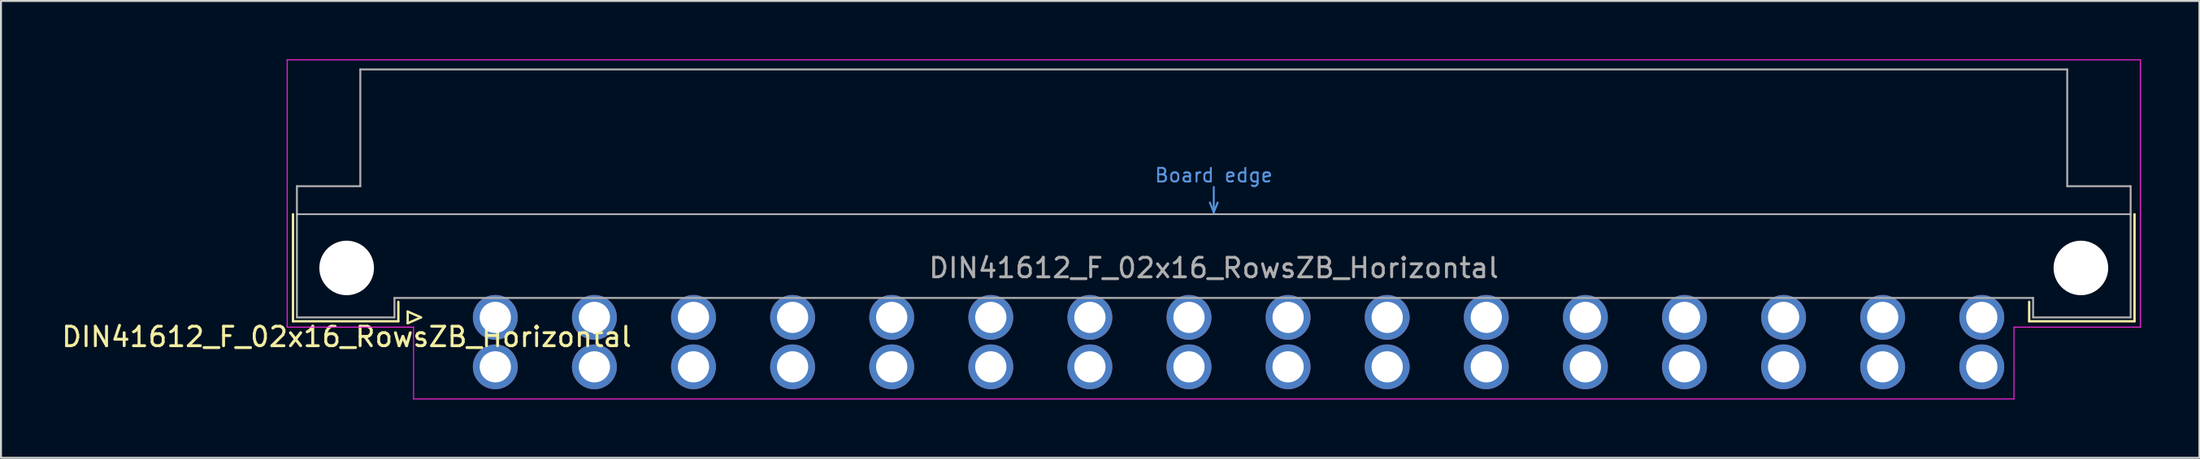
<source format=kicad_pcb>
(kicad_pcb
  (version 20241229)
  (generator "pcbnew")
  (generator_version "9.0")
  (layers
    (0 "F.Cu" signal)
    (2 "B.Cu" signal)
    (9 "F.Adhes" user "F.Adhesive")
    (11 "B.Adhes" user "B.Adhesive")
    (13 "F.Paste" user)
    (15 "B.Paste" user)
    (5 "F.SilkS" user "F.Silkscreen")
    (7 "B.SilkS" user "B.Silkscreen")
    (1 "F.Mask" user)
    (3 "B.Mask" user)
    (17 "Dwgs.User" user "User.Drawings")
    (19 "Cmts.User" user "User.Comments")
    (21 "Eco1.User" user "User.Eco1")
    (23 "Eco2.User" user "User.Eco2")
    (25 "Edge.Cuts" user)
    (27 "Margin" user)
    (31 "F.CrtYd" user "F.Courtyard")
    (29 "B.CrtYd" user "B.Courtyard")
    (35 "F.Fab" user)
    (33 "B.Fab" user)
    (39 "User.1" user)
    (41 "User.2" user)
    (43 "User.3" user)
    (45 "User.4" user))
  (footprint "DIN41612_F_02x16_RowsZB_Horizontal"
    (layer "F.Cu")
    (at 19.8 13.255)
    (property "Reference" "DIN41612_F_02x16_RowsZB_Horizontal" (at -5.08 1 0) (layer "F.SilkS") (effects (font (size 1 1) (thickness 0.15))))
    (attr through_hole)
    (fp_line (start -7.83 -5.3) (end -7.83 0.2) (stroke (width 0.12) (type solid)) (layer "F.SilkS"))
    (fp_line (start -7.83 0.2) (end -2.43 0.2) (stroke (width 0.12) (type solid)) (layer "F.SilkS"))
    (fp_line (start -2.43 0.2) (end -2.43 -0.8) (stroke (width 0.12) (type solid)) (layer "F.SilkS"))
    (fp_line (start -1.95 -0.3) (end -1.95 0.3) (stroke (width 0.12) (type solid)) (layer "F.SilkS"))
    (fp_line (start -1.95 0.3) (end -1.27 0) (stroke (width 0.12) (type solid)) (layer "F.SilkS"))
    (fp_line (start -1.27 0) (end -1.95 -0.3) (stroke (width 0.12) (type solid)) (layer "F.SilkS"))
    (fp_line (start 81.17 0.2) (end 81.17 -0.8) (stroke (width 0.12) (type solid)) (layer "F.SilkS"))
    (fp_line (start 86.57 -5.3) (end 86.57 0.2) (stroke (width 0.12) (type solid)) (layer "F.SilkS"))
    (fp_line (start 86.57 0.2) (end 81.17 0.2) (stroke (width 0.12) (type solid)) (layer "F.SilkS"))
    (fp_line (start -7.63 -5.3) (end 86.37 -5.3) (stroke (width 0.08) (type solid)) (layer "Dwgs.User"))
    (fp_line (start 39.17 -5.9) (end 39.37 -5.4) (stroke (width 0.1) (type solid)) (layer "Cmts.User"))
    (fp_line (start 39.37 -5.4) (end 39.37 -6.7) (stroke (width 0.1) (type solid)) (layer "Cmts.User"))
    (fp_line (start 39.37 -5.4) (end 39.57 -5.9) (stroke (width 0.1) (type solid)) (layer "Cmts.User"))
    (fp_line (start -8.13 -13.23) (end -8.13 0.5) (stroke (width 0.05) (type solid)) (layer "F.CrtYd"))
    (fp_line (start -8.13 0.5) (end -1.65 0.5) (stroke (width 0.05) (type solid)) (layer "F.CrtYd"))
    (fp_line (start -1.65 0.5) (end -1.65 4.19) (stroke (width 0.05) (type solid)) (layer "F.CrtYd"))
    (fp_line (start -1.65 4.19) (end 80.39 4.19) (stroke (width 0.05) (type solid)) (layer "F.CrtYd"))
    (fp_line (start 80.39 0.5) (end 86.87 0.5) (stroke (width 0.05) (type solid)) (layer "F.CrtYd"))
    (fp_line (start 80.39 4.19) (end 80.39 0.5) (stroke (width 0.05) (type solid)) (layer "F.CrtYd"))
    (fp_line (start 86.87 -13.23) (end -8.13 -13.23) (stroke (width 0.05) (type solid)) (layer "F.CrtYd"))
    (fp_line (start 86.87 0.5) (end 86.87 -13.23) (stroke (width 0.05) (type solid)) (layer "F.CrtYd"))
    (fp_line (start -7.63 -6.74) (end -7.63 0) (stroke (width 0.1) (type solid)) (layer "F.Fab"))
    (fp_line (start -7.63 0) (end -2.63 0) (stroke (width 0.1) (type solid)) (layer "F.Fab"))
    (fp_line (start -4.38 -12.74) (end -4.38 -6.74) (stroke (width 0.1) (type solid)) (layer "F.Fab"))
    (fp_line (start -4.38 -6.74) (end -7.63 -6.74) (stroke (width 0.1) (type solid)) (layer "F.Fab"))
    (fp_line (start -2.63 -1) (end 81.37 -1) (stroke (width 0.1) (type solid)) (layer "F.Fab"))
    (fp_line (start -2.63 0) (end -2.63 -1) (stroke (width 0.1) (type solid)) (layer "F.Fab"))
    (fp_line (start 81.37 -1) (end 81.37 0) (stroke (width 0.1) (type solid)) (layer "F.Fab"))
    (fp_line (start 81.37 0) (end 86.37 0) (stroke (width 0.1) (type solid)) (layer "F.Fab"))
    (fp_line (start 83.12 -12.74) (end -4.38 -12.74) (stroke (width 0.1) (type solid)) (layer "F.Fab"))
    (fp_line (start 83.12 -6.74) (end 83.12 -12.74) (stroke (width 0.1) (type solid)) (layer "F.Fab"))
    (fp_line (start 86.37 -6.74) (end 83.12 -6.74) (stroke (width 0.1) (type solid)) (layer "F.Fab"))
    (fp_line (start 86.37 0) (end 86.37 -6.74) (stroke (width 0.1) (type solid)) (layer "F.Fab"))
    (fp_text user "Board edge" (at 39.37 -7.3 0) (layer "Cmts.User") (effects (font (size 0.7 0.7) (thickness 0.1))))
    (fp_text user "${REFERENCE}" (at 39.37 -2.54 0) (layer "F.Fab") (effects (font (size 1 1) (thickness 0.15))))
    (pad "" np_thru_hole circle (at -5.08 -2.54) (size 2.8 2.8) (drill 2.8) (layers "*.Cu" "*.Mask"))
    (pad "" np_thru_hole circle (at 83.82 -2.54) (size 2.8 2.8) (drill 2.8) (layers "*.Cu" "*.Mask"))
    (pad "b2" thru_hole circle (at 2.54 2.54) (size 2.3 2.3) (drill 1.6) (layers "*.Cu" "*.Mask"))
    (pad "b4" thru_hole circle (at 7.62 2.54) (size 2.3 2.3) (drill 1.6) (layers "*.Cu" "*.Mask"))
    (pad "b6" thru_hole circle (at 12.7 2.54) (size 2.3 2.3) (drill 1.6) (layers "*.Cu" "*.Mask"))
    (pad "b8" thru_hole circle (at 17.78 2.54) (size 2.3 2.3) (drill 1.6) (layers "*.Cu" "*.Mask"))
    (pad "b10" thru_hole circle (at 22.86 2.54) (size 2.3 2.3) (drill 1.6) (layers "*.Cu" "*.Mask"))
    (pad "b12" thru_hole circle (at 27.94 2.54) (size 2.3 2.3) (drill 1.6) (layers "*.Cu" "*.Mask"))
    (pad "b14" thru_hole circle (at 33.02 2.54) (size 2.3 2.3) (drill 1.6) (layers "*.Cu" "*.Mask"))
    (pad "b16" thru_hole circle (at 38.1 2.54) (size 2.3 2.3) (drill 1.6) (layers "*.Cu" "*.Mask"))
    (pad "b18" thru_hole circle (at 43.18 2.54) (size 2.3 2.3) (drill 1.6) (layers "*.Cu" "*.Mask"))
    (pad "b20" thru_hole circle (at 48.26 2.54) (size 2.3 2.3) (drill 1.6) (layers "*.Cu" "*.Mask"))
    (pad "b22" thru_hole circle (at 53.34 2.54) (size 2.3 2.3) (drill 1.6) (layers "*.Cu" "*.Mask"))
    (pad "b24" thru_hole circle (at 58.42 2.54) (size 2.3 2.3) (drill 1.6) (layers "*.Cu" "*.Mask"))
    (pad "b26" thru_hole circle (at 63.5 2.54) (size 2.3 2.3) (drill 1.6) (layers "*.Cu" "*.Mask"))
    (pad "b28" thru_hole circle (at 68.58 2.54) (size 2.3 2.3) (drill 1.6) (layers "*.Cu" "*.Mask"))
    (pad "b30" thru_hole circle (at 73.66 2.54) (size 2.3 2.3) (drill 1.6) (layers "*.Cu" "*.Mask"))
    (pad "b32" thru_hole circle (at 78.74 2.54) (size 2.3 2.3) (drill 1.6) (layers "*.Cu" "*.Mask"))
    (pad "z2" thru_hole circle (at 2.54 0) (size 2.3 2.3) (drill 1.6) (layers "*.Cu" "*.Mask"))
    (pad "z4" thru_hole circle (at 7.62 0) (size 2.3 2.3) (drill 1.6) (layers "*.Cu" "*.Mask"))
    (pad "z6" thru_hole circle (at 12.7 0) (size 2.3 2.3) (drill 1.6) (layers "*.Cu" "*.Mask"))
    (pad "z8" thru_hole circle (at 17.78 0) (size 2.3 2.3) (drill 1.6) (layers "*.Cu" "*.Mask"))
    (pad "z10" thru_hole circle (at 22.86 0) (size 2.3 2.3) (drill 1.6) (layers "*.Cu" "*.Mask"))
    (pad "z12" thru_hole circle (at 27.94 0) (size 2.3 2.3) (drill 1.6) (layers "*.Cu" "*.Mask"))
    (pad "z14" thru_hole circle (at 33.02 0) (size 2.3 2.3) (drill 1.6) (layers "*.Cu" "*.Mask"))
    (pad "z16" thru_hole circle (at 38.1 0) (size 2.3 2.3) (drill 1.6) (layers "*.Cu" "*.Mask"))
    (pad "z18" thru_hole circle (at 43.18 0) (size 2.3 2.3) (drill 1.6) (layers "*.Cu" "*.Mask"))
    (pad "z20" thru_hole circle (at 48.26 0) (size 2.3 2.3) (drill 1.6) (layers "*.Cu" "*.Mask"))
    (pad "z22" thru_hole circle (at 53.34 0) (size 2.3 2.3) (drill 1.6) (layers "*.Cu" "*.Mask"))
    (pad "z24" thru_hole circle (at 58.42 0) (size 2.3 2.3) (drill 1.6) (layers "*.Cu" "*.Mask"))
    (pad "z26" thru_hole circle (at 63.5 0) (size 2.3 2.3) (drill 1.6) (layers "*.Cu" "*.Mask"))
    (pad "z28" thru_hole circle (at 68.58 0) (size 2.3 2.3) (drill 1.6) (layers "*.Cu" "*.Mask"))
    (pad "z30" thru_hole circle (at 73.66 0) (size 2.3 2.3) (drill 1.6) (layers "*.Cu" "*.Mask"))
    (pad "z32" thru_hole circle (at 78.74 0) (size 2.3 2.3) (drill 1.6) (layers "*.Cu" "*.Mask")))
  (gr_rect
    (start -3 -3)
    (end 109.695 20.47)
    (stroke (width 0.1) (type default))
    (fill no)
    (layer "Edge.Cuts")))
</source>
